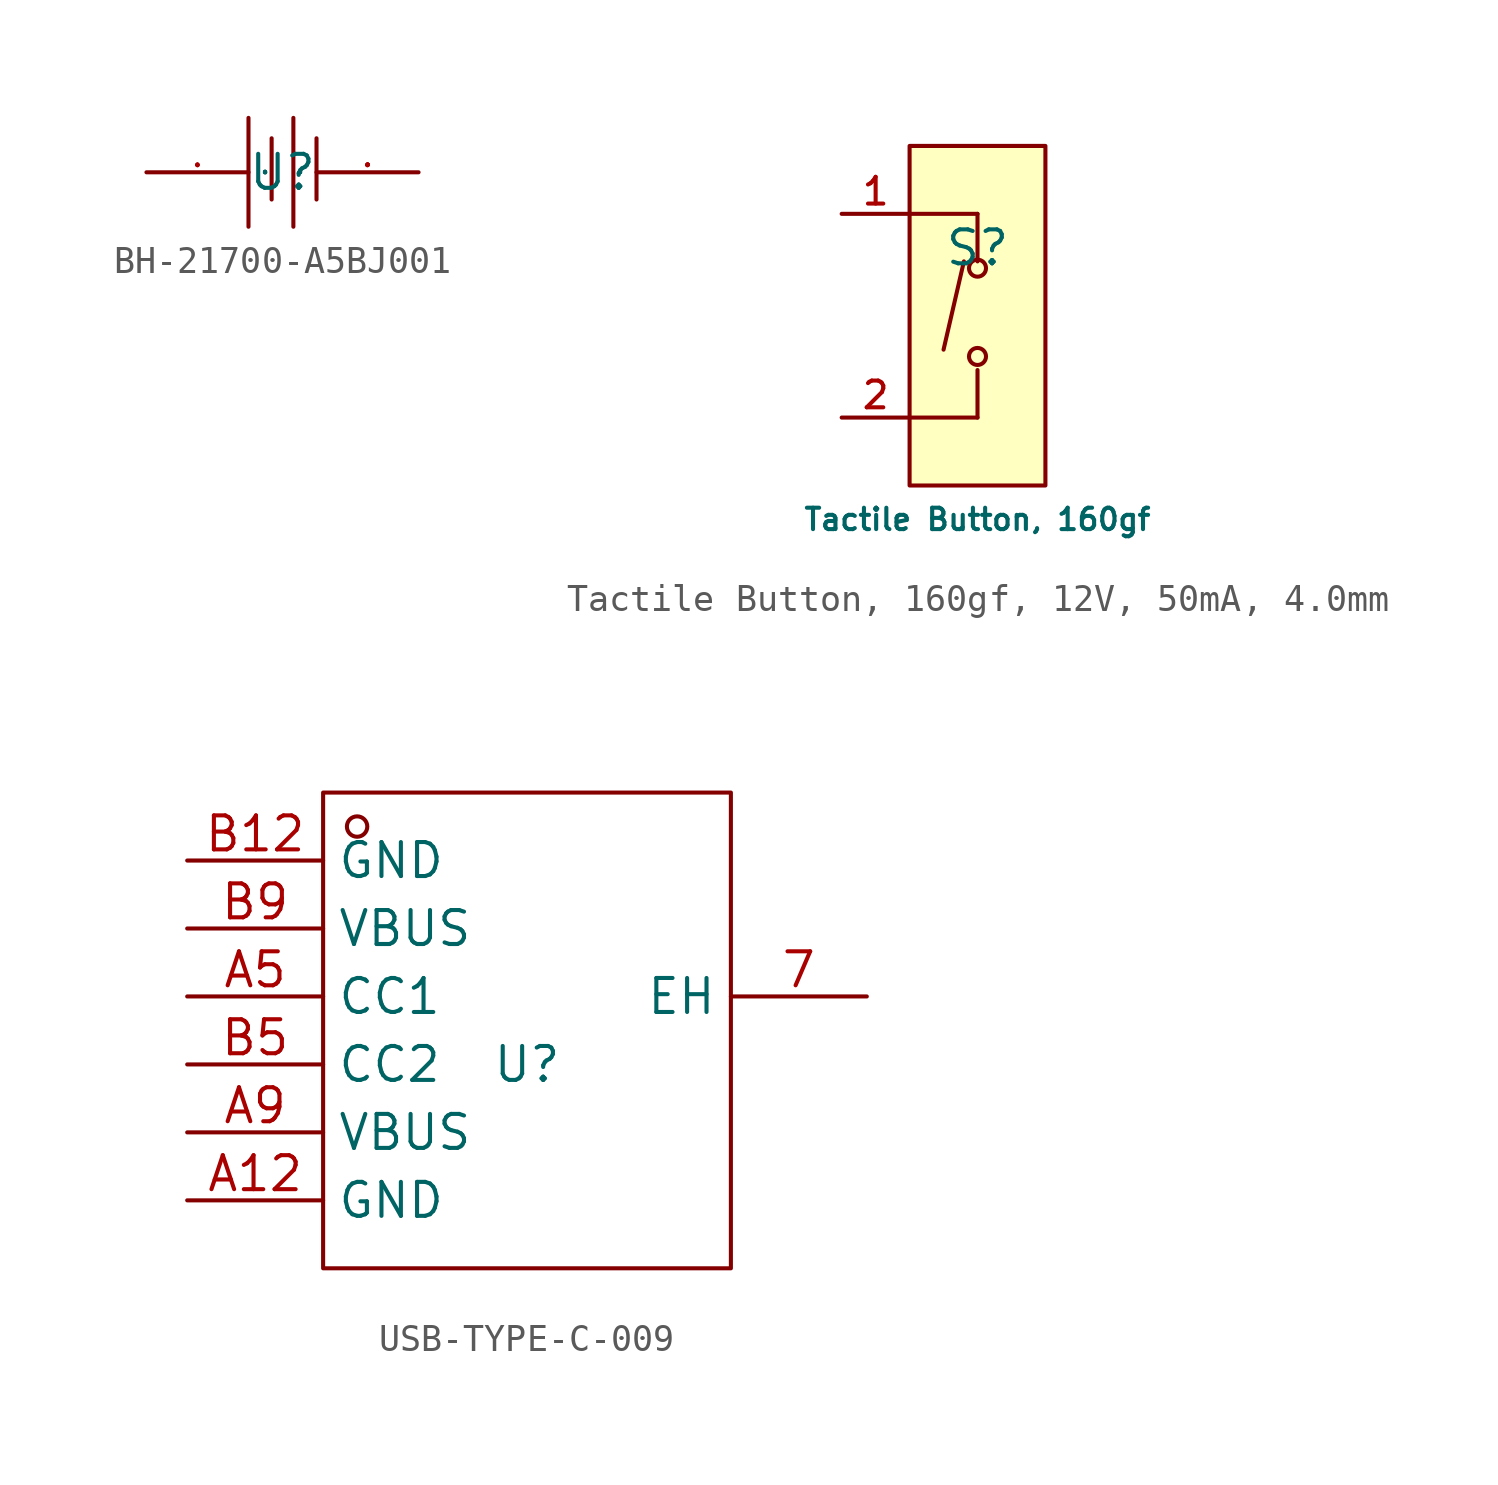
<source format=kicad_sym>
(kicad_symbol_lib
  (version 20241209)
  (generator "kicad_symbol_editor")
  (generator_version "9.0")
  (symbol "BH-21700-A5BJ001"
    (property "Reference" "U"
      (at 0 0 0)
      (effects (font (size 1.27 1.27))))
    (property "Value" ""
      (at 0 0 0)
      (effects (font (size 1.27 1.27))))
    (symbol "BH-21700-A5BJ001_1_0"
      (polyline (pts (xy -1.27 -2.032) (xy -1.27 2.032)) (stroke (width 0) (type default)) (fill (type none)))
      (polyline (pts (xy -0.406 -1.016) (xy -0.406 1.27)) (stroke (width 0) (type default)) (fill (type none)))
      (polyline (pts (xy 0.406 -2.032) (xy 0.406 2.032)) (stroke (width 0) (type default)) (fill (type none)))
      (polyline (pts (xy 1.27 -1.016) (xy 1.27 1.27)) (stroke (width 0) (type default)) (fill (type none)))
      (pin input line (at -5.08 0 0) (length 3.81) (name "1" (effects (font (size 0.025 0.025)))) (number "1" (effects (font (size 0.025 0.025)))))
      (pin input line (at 5.08 0 180) (length 3.81) (name "2" (effects (font (size 0.025 0.025)))) (number "2" (effects (font (size 0.025 0.025)))))))
  (symbol "Tactile Button, 160gf, 12V, 50mA, 4.0mm"
    (pin_names
      (hide yes))
    (property "Reference" "S"
      (at 0 1.27 0)
      (effects (font (size 1.27 1.27))))
    (property "Value" "Tactile Button, 160gf"
      (at 0 -8.89 0)
      (effects (font (size 0.8 0.8))))
    (symbol "Tactile Button, 160gf, 12V, 50mA, 4.0mm_0_1"
      (polyline (pts (xy -2.54 2.54) (xy 0 2.54)) (stroke (width 0) (type default)) (fill (type none)))
      (polyline (pts (xy -2.54 -5.08) (xy 0 -5.08)) (stroke (width 0) (type default)) (fill (type none)))
      (polyline (pts (xy -0.508 0.762) (xy -1.27 -2.54)) (stroke (width 0) (type default)) (fill (type none)))
      (polyline (pts (xy 0 0.762) (xy 0 2.54)) (stroke (width 0) (type default)) (fill (type none)))
      (circle (center 0 0.508) (radius 0.318) (stroke (width 0) (type default)) (fill (type background)))
      (circle (center 0 -2.794) (radius 0.318) (stroke (width 0) (type default)) (fill (type background)))
      (polyline (pts (xy 0 -3.302) (xy 0 -5.08)) (stroke (width 0) (type default)) (fill (type none)))
      (pin unspecified line (at -5.08 2.54 0) (length 2.54) (name "A" (effects (font (size 1 1)))) (number "1" (effects (font (size 1 1)))))
      (pin unspecified line (at -5.08 -5.08 0) (length 2.54) (name "B" (effects (font (size 1 1)))) (number "2" (effects (font (size 1 1))))))
    (symbol "Tactile Button, 160gf, 12V, 50mA, 4.0mm_1_1"
      (rectangle (start -2.54 5.08) (end 2.54 -7.62) (stroke (width 0) (type default)) (fill (type background)))))
  (symbol "USB-TYPE-C-009"
    (property "Reference" "U"
      (at 0 0 0)
      (effects (font (size 1.27 1.27))))
    (property "Value" ""
      (at 0 0 0)
      (effects (font (size 1.27 1.27))))
    (symbol "USB-TYPE-C-009_1_0"
      (rectangle (start -7.62 -7.62) (end 7.62 10.16) (stroke (width 0) (type default)) (fill (type none)))
      (circle (center -6.35 8.89) (radius 0.381) (stroke (width 0) (type default)) (fill (type none)))
      (pin unspecified line (at -12.7 7.62 0) (length 5.08) (name "GND" (effects (font (size 1.27 1.27)))) (number "B12" (effects (font (size 1.27 1.27)))))
      (pin unspecified line (at -12.7 5.08 0) (length 5.08) (name "VBUS" (effects (font (size 1.27 1.27)))) (number "B9" (effects (font (size 1.27 1.27)))))
      (pin unspecified line (at -12.7 2.54 0) (length 5.08) (name "CC1" (effects (font (size 1.27 1.27)))) (number "A5" (effects (font (size 1.27 1.27)))))
      (pin unspecified line (at -12.7 0 0) (length 5.08) (name "CC2" (effects (font (size 1.27 1.27)))) (number "B5" (effects (font (size 1.27 1.27)))))
      (pin unspecified line (at -12.7 -2.54 0) (length 5.08) (name "VBUS" (effects (font (size 1.27 1.27)))) (number "A9" (effects (font (size 1.27 1.27)))))
      (pin unspecified line (at -12.7 -5.08 0) (length 5.08) (name "GND" (effects (font (size 1.27 1.27)))) (number "A12" (effects (font (size 1.27 1.27)))))
      (pin unspecified line (at 12.7 2.54 180) (length 5.08) (name "EH" (effects (font (size 1.27 1.27)))) (number "7" (effects (font (size 1.27 1.27))))))))
</source>
